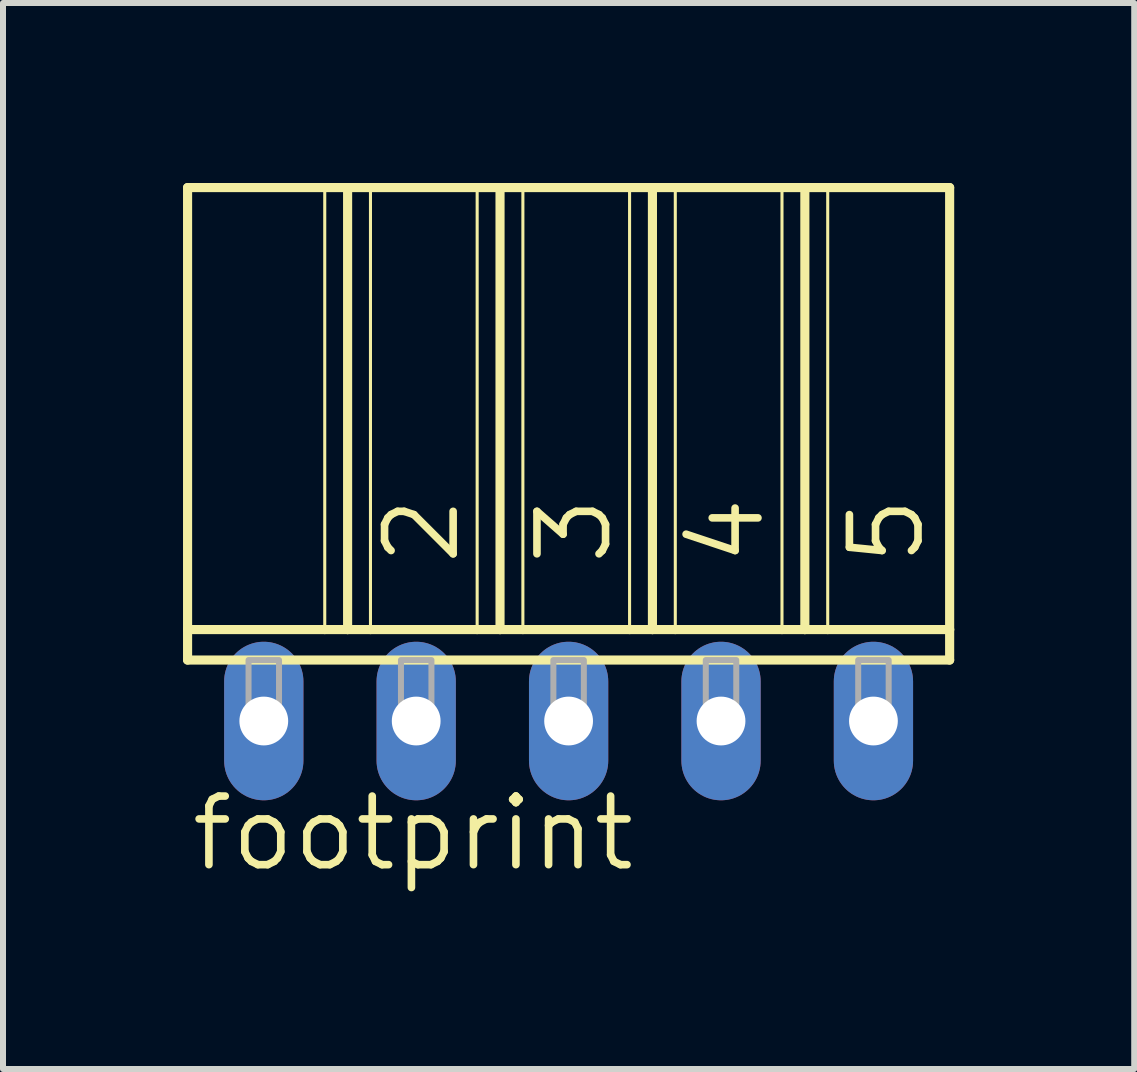
<source format=kicad_pcb>
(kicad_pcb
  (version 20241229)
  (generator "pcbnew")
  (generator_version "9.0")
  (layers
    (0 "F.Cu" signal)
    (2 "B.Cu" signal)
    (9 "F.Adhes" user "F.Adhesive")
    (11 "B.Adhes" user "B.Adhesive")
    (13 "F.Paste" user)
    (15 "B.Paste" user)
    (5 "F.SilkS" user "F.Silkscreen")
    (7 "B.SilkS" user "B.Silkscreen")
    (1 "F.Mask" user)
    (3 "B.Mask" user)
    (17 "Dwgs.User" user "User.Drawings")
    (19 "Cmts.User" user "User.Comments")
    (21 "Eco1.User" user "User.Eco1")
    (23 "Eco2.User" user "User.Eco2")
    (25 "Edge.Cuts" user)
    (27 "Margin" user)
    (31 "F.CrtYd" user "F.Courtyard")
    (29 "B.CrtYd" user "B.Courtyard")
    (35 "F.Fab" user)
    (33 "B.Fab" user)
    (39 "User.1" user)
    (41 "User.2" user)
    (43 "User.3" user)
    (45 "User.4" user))
  (footprint "footprint"
    (layer "F.Cu")
    (at 6.426 8.966)
    (property "Reference" "footprint" (at -6.35 2.54 0) (layer "F.SilkS") (effects (font (size 1.143 1.143) (thickness 0.127)) (justify left bottom)))
    (fp_line (start -6.35 -8.89) (end -4.064 -8.89) (stroke (width 0.152) (type solid)) (layer "F.SilkS"))
    (fp_line (start -6.35 -1.524) (end -6.35 -8.89) (stroke (width 0.152) (type solid)) (layer "F.SilkS"))
    (fp_line (start -6.35 -1.524) (end -4.064 -1.524) (stroke (width 0.152) (type solid)) (layer "F.SilkS"))
    (fp_line (start -6.35 -1.016) (end -6.35 -1.524) (stroke (width 0.152) (type solid)) (layer "F.SilkS"))
    (fp_line (start -6.35 -1.016) (end 6.35 -1.016) (stroke (width 0.152) (type solid)) (layer "F.SilkS"))
    (fp_line (start -4.064 -8.89) (end -4.064 -1.524) (stroke (width 0.051) (type solid)) (layer "F.SilkS"))
    (fp_line (start -4.064 -8.89) (end -3.683 -8.89) (stroke (width 0.152) (type solid)) (layer "F.SilkS"))
    (fp_line (start -4.064 -1.524) (end -3.683 -1.524) (stroke (width 0.152) (type solid)) (layer "F.SilkS"))
    (fp_line (start -3.683 -8.89) (end -3.683 -1.524) (stroke (width 0.152) (type solid)) (layer "F.SilkS"))
    (fp_line (start -3.683 -8.89) (end -3.302 -8.89) (stroke (width 0.152) (type solid)) (layer "F.SilkS"))
    (fp_line (start -3.683 -1.524) (end -3.302 -1.524) (stroke (width 0.152) (type solid)) (layer "F.SilkS"))
    (fp_line (start -3.302 -8.89) (end -3.302 -1.524) (stroke (width 0.051) (type solid)) (layer "F.SilkS"))
    (fp_line (start -3.302 -8.89) (end -1.524 -8.89) (stroke (width 0.152) (type solid)) (layer "F.SilkS"))
    (fp_line (start -3.302 -1.524) (end -1.524 -1.524) (stroke (width 0.152) (type solid)) (layer "F.SilkS"))
    (fp_line (start -1.524 -8.89) (end -1.524 -1.524) (stroke (width 0.051) (type solid)) (layer "F.SilkS"))
    (fp_line (start -1.524 -8.89) (end -1.143 -8.89) (stroke (width 0.152) (type solid)) (layer "F.SilkS"))
    (fp_line (start -1.524 -1.524) (end -1.143 -1.524) (stroke (width 0.152) (type solid)) (layer "F.SilkS"))
    (fp_line (start -1.143 -8.89) (end -1.143 -1.524) (stroke (width 0.152) (type solid)) (layer "F.SilkS"))
    (fp_line (start -1.143 -8.89) (end -0.762 -8.89) (stroke (width 0.152) (type solid)) (layer "F.SilkS"))
    (fp_line (start -1.143 -1.524) (end -0.762 -1.524) (stroke (width 0.152) (type solid)) (layer "F.SilkS"))
    (fp_line (start -0.762 -8.89) (end -0.762 -1.524) (stroke (width 0.051) (type solid)) (layer "F.SilkS"))
    (fp_line (start -0.762 -8.89) (end 1.016 -8.89) (stroke (width 0.152) (type solid)) (layer "F.SilkS"))
    (fp_line (start -0.762 -1.524) (end 1.016 -1.524) (stroke (width 0.152) (type solid)) (layer "F.SilkS"))
    (fp_line (start 1.016 -8.89) (end 1.016 -1.524) (stroke (width 0.051) (type solid)) (layer "F.SilkS"))
    (fp_line (start 1.016 -8.89) (end 1.397 -8.89) (stroke (width 0.152) (type solid)) (layer "F.SilkS"))
    (fp_line (start 1.016 -1.524) (end 1.397 -1.524) (stroke (width 0.152) (type solid)) (layer "F.SilkS"))
    (fp_line (start 1.397 -8.89) (end 1.397 -1.524) (stroke (width 0.152) (type solid)) (layer "F.SilkS"))
    (fp_line (start 1.397 -8.89) (end 1.778 -8.89) (stroke (width 0.152) (type solid)) (layer "F.SilkS"))
    (fp_line (start 1.397 -1.524) (end 1.778 -1.524) (stroke (width 0.152) (type solid)) (layer "F.SilkS"))
    (fp_line (start 1.778 -8.89) (end 1.778 -1.524) (stroke (width 0.051) (type solid)) (layer "F.SilkS"))
    (fp_line (start 1.778 -8.89) (end 3.556 -8.89) (stroke (width 0.152) (type solid)) (layer "F.SilkS"))
    (fp_line (start 1.778 -1.524) (end 3.556 -1.524) (stroke (width 0.152) (type solid)) (layer "F.SilkS"))
    (fp_line (start 3.556 -8.89) (end 3.556 -1.524) (stroke (width 0.051) (type solid)) (layer "F.SilkS"))
    (fp_line (start 3.556 -8.89) (end 3.937 -8.89) (stroke (width 0.152) (type solid)) (layer "F.SilkS"))
    (fp_line (start 3.556 -1.524) (end 3.937 -1.524) (stroke (width 0.152) (type solid)) (layer "F.SilkS"))
    (fp_line (start 3.937 -8.89) (end 3.937 -1.524) (stroke (width 0.152) (type solid)) (layer "F.SilkS"))
    (fp_line (start 3.937 -8.89) (end 4.318 -8.89) (stroke (width 0.152) (type solid)) (layer "F.SilkS"))
    (fp_line (start 3.937 -1.524) (end 4.318 -1.524) (stroke (width 0.152) (type solid)) (layer "F.SilkS"))
    (fp_line (start 4.318 -8.89) (end 4.318 -1.524) (stroke (width 0.051) (type solid)) (layer "F.SilkS"))
    (fp_line (start 4.318 -8.89) (end 6.35 -8.89) (stroke (width 0.152) (type solid)) (layer "F.SilkS"))
    (fp_line (start 4.318 -1.524) (end 6.35 -1.524) (stroke (width 0.152) (type solid)) (layer "F.SilkS"))
    (fp_line (start 6.35 -8.89) (end 6.35 -1.524) (stroke (width 0.152) (type solid)) (layer "F.SilkS"))
    (fp_line (start 6.35 -1.524) (end 6.35 -1.016) (stroke (width 0.152) (type solid)) (layer "F.SilkS"))
    (fp_poly (pts (xy -5.334 0) (xy -4.826 0) (xy -4.826 -1.016) (xy -5.334 -1.016)) (stroke (width 0.1) (type solid)) (fill no) (layer "F.Fab"))
    (fp_poly (pts (xy -2.794 0) (xy -2.286 0) (xy -2.286 -1.016) (xy -2.794 -1.016)) (stroke (width 0.1) (type solid)) (fill no) (layer "F.Fab"))
    (fp_poly (pts (xy -0.254 0) (xy 0.254 0) (xy 0.254 -1.016) (xy -0.254 -1.016)) (stroke (width 0.1) (type solid)) (fill no) (layer "F.Fab"))
    (fp_poly (pts (xy 2.286 0) (xy 2.794 0) (xy 2.794 -1.016) (xy 2.286 -1.016)) (stroke (width 0.1) (type solid)) (fill no) (layer "F.Fab"))
    (fp_poly (pts (xy 4.826 0) (xy 5.334 0) (xy 5.334 -1.016) (xy 4.826 -1.016)) (stroke (width 0.1) (type solid)) (fill no) (layer "F.Fab"))
    (fp_text user "3" (at 0.762 -2.54 90) (layer "F.SilkS") (effects (font (size 1.143 1.143) (thickness 0.127)) (justify left bottom)))
    (fp_text user "4" (at 3.302 -2.54 90) (layer "F.SilkS") (effects (font (size 1.143 1.143) (thickness 0.127)) (justify left bottom)))
    (fp_text user "5" (at 5.969 -2.54 90) (layer "F.SilkS") (effects (font (size 1.143 1.143) (thickness 0.127)) (justify left bottom)))
    (fp_text user "2" (at -1.778 -2.54 90) (layer "F.SilkS") (effects (font (size 1.143 1.143) (thickness 0.127)) (justify left bottom)))
    (pad "1" thru_hole oval (at -5.08 0 90) (size 2.642 1.321) (drill 0.813) (layers "*.Cu" "*.Mask"))
    (pad "2" thru_hole oval (at -2.54 0 90) (size 2.642 1.321) (drill 0.813) (layers "*.Cu" "*.Mask"))
    (pad "3" thru_hole oval (at 0 0 90) (size 2.642 1.321) (drill 0.813) (layers "*.Cu" "*.Mask"))
    (pad "4" thru_hole oval (at 2.54 0 90) (size 2.642 1.321) (drill 0.813) (layers "*.Cu" "*.Mask"))
    (pad "5" thru_hole oval (at 5.08 0 90) (size 2.642 1.321) (drill 0.813) (layers "*.Cu" "*.Mask")))
  (gr_rect
    (start -3 -3)
    (end 15.852 14.765)
    (stroke (width 0.1) (type default))
    (fill no)
    (layer "Edge.Cuts")))
</source>
